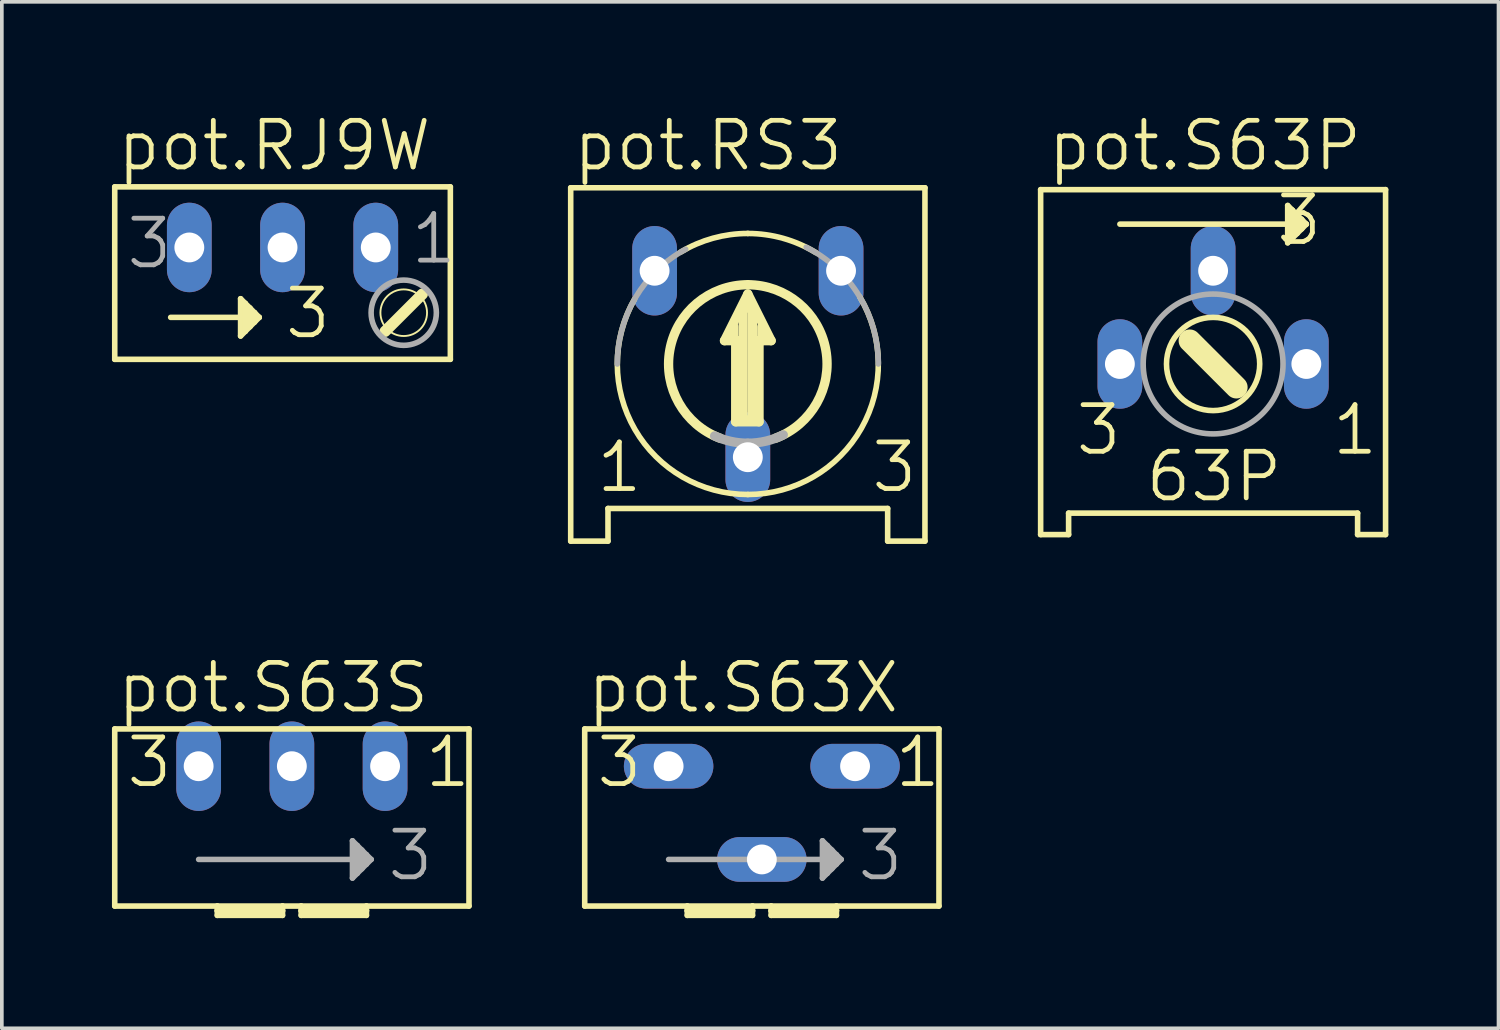
<source format=kicad_pcb>
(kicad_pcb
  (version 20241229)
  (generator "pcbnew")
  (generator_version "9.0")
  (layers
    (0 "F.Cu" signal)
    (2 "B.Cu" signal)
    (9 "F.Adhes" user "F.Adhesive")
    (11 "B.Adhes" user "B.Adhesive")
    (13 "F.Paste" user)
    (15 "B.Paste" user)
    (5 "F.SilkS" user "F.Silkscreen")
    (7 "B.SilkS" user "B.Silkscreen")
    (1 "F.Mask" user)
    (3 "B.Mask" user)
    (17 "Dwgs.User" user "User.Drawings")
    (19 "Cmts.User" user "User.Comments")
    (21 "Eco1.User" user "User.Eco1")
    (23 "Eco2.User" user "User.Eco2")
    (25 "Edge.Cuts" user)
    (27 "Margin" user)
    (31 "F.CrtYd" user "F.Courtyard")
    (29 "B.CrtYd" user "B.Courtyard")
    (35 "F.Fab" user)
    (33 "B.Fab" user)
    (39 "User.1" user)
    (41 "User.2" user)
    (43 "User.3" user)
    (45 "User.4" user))
  (footprint "pot.S63P"
    (layer "F.Cu")
    (at 30.002 6.867)
    (property "Reference" "pot.S63P" (at -4.572 -5.207 0) (layer "F.SilkS") (effects (font (size 1.27 1.27) (thickness 0.13)) (justify left bottom)))
    (attr through_hole)
    (fp_line (start -4.699 -4.75) (end -4.699 4.648) (stroke (width 0.152) (type default)) (layer "F.SilkS"))
    (fp_line (start -4.699 4.648) (end -3.937 4.648) (stroke (width 0.152) (type default)) (layer "F.SilkS"))
    (fp_line (start -3.937 4.064) (end -3.937 4.648) (stroke (width 0.152) (type default)) (layer "F.SilkS"))
    (fp_line (start 0.635 0.635) (end -0.635 -0.635) (stroke (width 0.61) (type default)) (layer "F.SilkS"))
    (fp_line (start 2.032 -4.318) (end 2.032 -3.302) (stroke (width 0.152) (type default)) (layer "F.SilkS"))
    (fp_line (start 2.032 -3.302) (end 2.159 -3.429) (stroke (width 0.152) (type default)) (layer "F.SilkS"))
    (fp_line (start 2.159 -4.191) (end 2.032 -4.318) (stroke (width 0.152) (type default)) (layer "F.SilkS"))
    (fp_line (start 2.159 -3.81) (end -2.54 -3.81) (stroke (width 0.152) (type default)) (layer "F.SilkS"))
    (fp_line (start 2.159 -3.81) (end 2.159 -4.191) (stroke (width 0.152) (type default)) (layer "F.SilkS"))
    (fp_line (start 2.159 -3.429) (end 2.159 -3.81) (stroke (width 0.152) (type default)) (layer "F.SilkS"))
    (fp_line (start 2.286 -4.064) (end 2.159 -4.191) (stroke (width 0.152) (type default)) (layer "F.SilkS"))
    (fp_line (start 2.286 -3.556) (end 2.159 -3.429) (stroke (width 0.152) (type default)) (layer "F.SilkS"))
    (fp_line (start 2.286 -3.556) (end 2.286 -4.064) (stroke (width 0.152) (type default)) (layer "F.SilkS"))
    (fp_line (start 2.413 -3.937) (end 2.286 -4.064) (stroke (width 0.152) (type default)) (layer "F.SilkS"))
    (fp_line (start 2.413 -3.683) (end 2.286 -3.556) (stroke (width 0.152) (type default)) (layer "F.SilkS"))
    (fp_line (start 2.413 -3.683) (end 2.413 -3.937) (stroke (width 0.152) (type default)) (layer "F.SilkS"))
    (fp_line (start 2.54 -3.81) (end 2.159 -3.81) (stroke (width 0.152) (type default)) (layer "F.SilkS"))
    (fp_line (start 2.54 -3.81) (end 2.413 -3.937) (stroke (width 0.152) (type default)) (layer "F.SilkS"))
    (fp_line (start 2.54 -3.81) (end 2.413 -3.683) (stroke (width 0.152) (type default)) (layer "F.SilkS"))
    (fp_line (start 3.937 4.064) (end -3.937 4.064) (stroke (width 0.152) (type default)) (layer "F.SilkS"))
    (fp_line (start 3.937 4.064) (end 3.937 4.648) (stroke (width 0.152) (type default)) (layer "F.SilkS"))
    (fp_line (start 4.699 -4.75) (end -4.699 -4.75) (stroke (width 0.152) (type default)) (layer "F.SilkS"))
    (fp_line (start 4.699 4.648) (end 3.937 4.648) (stroke (width 0.152) (type default)) (layer "F.SilkS"))
    (fp_line (start 4.699 4.648) (end 4.699 -4.75) (stroke (width 0.152) (type default)) (layer "F.SilkS"))
    (fp_circle (center 0 0) (end 1.27 0) (stroke (width 0.152) (type default)) (fill no) (layer "F.SilkS"))
    (fp_circle (center 0 0) (end 1.905 0) (stroke (width 0.152) (type default)) (fill no) (layer "F.Fab"))
    (fp_text user "3" (at -3.81 2.54 0) (layer "F.SilkS") (effects (font (size 1.27 1.27) (thickness 0.13)) (justify left bottom)))
    (fp_text user "63P" (at -1.905 3.81 0) (layer "F.SilkS") (effects (font (size 1.27 1.27) (thickness 0.13)) (justify left bottom)))
    (fp_text user "3 " (at 1.651 -3.175 0) (layer "F.SilkS") (effects (font (size 1.27 1.27) (thickness 0.13)) (justify left bottom)))
    (fp_text user "1" (at 3.175 2.54 0) (layer "F.SilkS") (effects (font (size 1.27 1.27) (thickness 0.13)) (justify left bottom)))
    (pad "A" thru_hole oval (at 2.54 0 90) (size 2.438 1.219) (drill 0.813) (layers "*.Cu" "*.Mask"))
    (pad "E" thru_hole oval (at -2.54 0 90) (size 2.438 1.219) (drill 0.813) (layers "*.Cu" "*.Mask"))
    (pad "S" thru_hole oval (at 0 -2.54 90) (size 2.438 1.219) (drill 0.813) (layers "*.Cu" "*.Mask")))
  (footprint "pot.S63S"
    (layer "F.Cu")
    (at 4.902 19.096)
    (property "Reference" "pot.S63S" (at -4.826 -2.667 0) (layer "F.SilkS") (effects (font (size 1.27 1.27) (thickness 0.13)) (justify left bottom)))
    (attr through_hole)
    (fp_line (start -4.826 2.54) (end -4.826 -2.286) (stroke (width 0.152) (type default)) (layer "F.SilkS"))
    (fp_line (start -4.826 2.54) (end -2.032 2.54) (stroke (width 0.152) (type default)) (layer "F.SilkS"))
    (fp_line (start -2.032 2.54) (end -2.032 2.667) (stroke (width 0.152) (type default)) (layer "F.SilkS"))
    (fp_line (start -2.032 2.54) (end -0.254 2.54) (stroke (width 0.152) (type default)) (layer "F.SilkS"))
    (fp_line (start -2.032 2.667) (end -2.032 2.794) (stroke (width 0.152) (type default)) (layer "F.SilkS"))
    (fp_line (start -0.254 2.54) (end 0.254 2.54) (stroke (width 0.152) (type default)) (layer "F.SilkS"))
    (fp_line (start -0.254 2.667) (end -2.032 2.667) (stroke (width 0.152) (type default)) (layer "F.SilkS"))
    (fp_line (start -0.254 2.667) (end -0.254 2.54) (stroke (width 0.152) (type default)) (layer "F.SilkS"))
    (fp_line (start -0.254 2.667) (end -0.254 2.794) (stroke (width 0.152) (type default)) (layer "F.SilkS"))
    (fp_line (start -0.254 2.794) (end -2.032 2.794) (stroke (width 0.152) (type default)) (layer "F.SilkS"))
    (fp_line (start 0.254 2.54) (end 2.032 2.54) (stroke (width 0.152) (type default)) (layer "F.SilkS"))
    (fp_line (start 0.254 2.667) (end 0.254 2.54) (stroke (width 0.152) (type default)) (layer "F.SilkS"))
    (fp_line (start 0.254 2.794) (end 0.254 2.667) (stroke (width 0.152) (type default)) (layer "F.SilkS"))
    (fp_line (start 2.032 2.54) (end 4.826 2.54) (stroke (width 0.152) (type default)) (layer "F.SilkS"))
    (fp_line (start 2.032 2.667) (end 0.254 2.667) (stroke (width 0.152) (type default)) (layer "F.SilkS"))
    (fp_line (start 2.032 2.667) (end 2.032 2.54) (stroke (width 0.152) (type default)) (layer "F.SilkS"))
    (fp_line (start 2.032 2.794) (end 0.254 2.794) (stroke (width 0.152) (type default)) (layer "F.SilkS"))
    (fp_line (start 2.032 2.794) (end 2.032 2.667) (stroke (width 0.152) (type default)) (layer "F.SilkS"))
    (fp_line (start 4.826 -2.286) (end -4.826 -2.286) (stroke (width 0.152) (type default)) (layer "F.SilkS"))
    (fp_line (start 4.826 -2.286) (end 4.826 2.54) (stroke (width 0.152) (type default)) (layer "F.SilkS"))
    (fp_line (start 1.651 0.762) (end 1.651 1.778) (stroke (width 0.152) (type default)) (layer "F.Fab"))
    (fp_line (start 1.651 1.778) (end 1.778 1.651) (stroke (width 0.152) (type default)) (layer "F.Fab"))
    (fp_line (start 1.778 0.889) (end 1.651 0.762) (stroke (width 0.152) (type default)) (layer "F.Fab"))
    (fp_line (start 1.778 1.27) (end -2.54 1.27) (stroke (width 0.152) (type default)) (layer "F.Fab"))
    (fp_line (start 1.778 1.27) (end 1.778 0.889) (stroke (width 0.152) (type default)) (layer "F.Fab"))
    (fp_line (start 1.778 1.651) (end 1.778 1.27) (stroke (width 0.152) (type default)) (layer "F.Fab"))
    (fp_line (start 1.905 1.016) (end 1.778 0.889) (stroke (width 0.152) (type default)) (layer "F.Fab"))
    (fp_line (start 1.905 1.524) (end 1.778 1.651) (stroke (width 0.152) (type default)) (layer "F.Fab"))
    (fp_line (start 1.905 1.524) (end 1.905 1.016) (stroke (width 0.152) (type default)) (layer "F.Fab"))
    (fp_line (start 2.032 1.143) (end 1.905 1.016) (stroke (width 0.152) (type default)) (layer "F.Fab"))
    (fp_line (start 2.032 1.397) (end 1.905 1.524) (stroke (width 0.152) (type default)) (layer "F.Fab"))
    (fp_line (start 2.032 1.397) (end 2.032 1.143) (stroke (width 0.152) (type default)) (layer "F.Fab"))
    (fp_line (start 2.159 1.27) (end 1.778 1.27) (stroke (width 0.152) (type default)) (layer "F.Fab"))
    (fp_line (start 2.159 1.27) (end 2.032 1.143) (stroke (width 0.152) (type default)) (layer "F.Fab"))
    (fp_line (start 2.159 1.27) (end 2.032 1.397) (stroke (width 0.152) (type default)) (layer "F.Fab"))
    (fp_text user "1" (at 3.556 -0.635 0) (layer "F.SilkS") (effects (font (size 1.27 1.27) (thickness 0.13)) (justify left bottom)))
    (fp_text user "3" (at -4.572 -0.635 0) (layer "F.SilkS") (effects (font (size 1.27 1.27) (thickness 0.13)) (justify left bottom)))
    (fp_text user "3" (at 2.54 1.905 0) (layer "F.Fab") (effects (font (size 1.27 1.27) (thickness 0.13)) (justify left bottom)))
    (pad "A" thru_hole oval (at 2.54 -1.27 90) (size 2.438 1.219) (drill 0.813) (layers "*.Cu" "*.Mask"))
    (pad "E" thru_hole oval (at -2.54 -1.27 90) (size 2.438 1.219) (drill 0.813) (layers "*.Cu" "*.Mask"))
    (pad "S" thru_hole oval (at 0 -1.27 90) (size 2.438 1.219) (drill 0.813) (layers "*.Cu" "*.Mask")))
  (footprint "pot.RS3"
    (layer "F.Cu")
    (at 17.325 6.867)
    (property "Reference" "pot.RS3" (at -4.826 -5.207 0) (layer "F.SilkS") (effects (font (size 1.27 1.27) (thickness 0.13)) (justify left bottom)))
    (attr through_hole)
    (fp_line (start -4.826 -4.801) (end -4.826 4.826) (stroke (width 0.152) (type default)) (layer "F.SilkS"))
    (fp_line (start -4.826 4.826) (end -3.81 4.826) (stroke (width 0.152) (type default)) (layer "F.SilkS"))
    (fp_line (start -3.81 3.937) (end -3.81 4.826) (stroke (width 0.152) (type default)) (layer "F.SilkS"))
    (fp_line (start -0.635 -0.635) (end -0.381 -0.635) (stroke (width 0.254) (type default)) (layer "F.SilkS"))
    (fp_line (start -0.381 -1.016) (end -0.381 -0.635) (stroke (width 0.254) (type default)) (layer "F.SilkS"))
    (fp_line (start -0.381 -0.635) (end -0.33 -0.635) (stroke (width 0.254) (type default)) (layer "F.SilkS"))
    (fp_line (start -0.33 -0.635) (end -0.33 1.575) (stroke (width 0.254) (type default)) (layer "F.SilkS"))
    (fp_line (start -0.33 -0.635) (end -0.254 -0.635) (stroke (width 0.254) (type default)) (layer "F.SilkS"))
    (fp_line (start -0.33 1.575) (end 0.305 1.575) (stroke (width 0.254) (type default)) (layer "F.SilkS"))
    (fp_line (start -0.127 -1.524) (end -0.127 1.524) (stroke (width 0.254) (type default)) (layer "F.SilkS"))
    (fp_line (start -0.127 -1.524) (end 0.127 -1.524) (stroke (width 0.254) (type default)) (layer "F.SilkS"))
    (fp_line (start 0 -1.905) (end -0.635 -0.635) (stroke (width 0.254) (type default)) (layer "F.SilkS"))
    (fp_line (start 0 1.524) (end -0.127 1.524) (stroke (width 0.254) (type default)) (layer "F.SilkS"))
    (fp_line (start 0.127 -1.524) (end 0.127 1.524) (stroke (width 0.254) (type default)) (layer "F.SilkS"))
    (fp_line (start 0.254 -0.635) (end 0.305 -0.635) (stroke (width 0.254) (type default)) (layer "F.SilkS"))
    (fp_line (start 0.305 -0.635) (end 0.381 -0.635) (stroke (width 0.254) (type default)) (layer "F.SilkS"))
    (fp_line (start 0.305 1.575) (end 0.305 -0.635) (stroke (width 0.254) (type default)) (layer "F.SilkS"))
    (fp_line (start 0.381 -1.016) (end 0.381 -0.635) (stroke (width 0.254) (type default)) (layer "F.SilkS"))
    (fp_line (start 0.381 -0.635) (end 0.635 -0.635) (stroke (width 0.254) (type default)) (layer "F.SilkS"))
    (fp_line (start 0.635 -0.635) (end 0 -1.905) (stroke (width 0.254) (type default)) (layer "F.SilkS"))
    (fp_line (start 3.81 3.937) (end -3.81 3.937) (stroke (width 0.152) (type default)) (layer "F.SilkS"))
    (fp_line (start 3.81 3.937) (end 3.81 4.826) (stroke (width 0.152) (type default)) (layer "F.SilkS"))
    (fp_line (start 4.826 -4.801) (end -4.826 -4.801) (stroke (width 0.152) (type default)) (layer "F.SilkS"))
    (fp_line (start 4.826 4.826) (end 3.81 4.826) (stroke (width 0.152) (type default)) (layer "F.SilkS"))
    (fp_line (start 4.826 4.826) (end 4.826 -4.801) (stroke (width 0.152) (type default)) (layer "F.SilkS"))
    (fp_arc (start -1.8295 -3.0492) (mid -0.949195 -3.426942) (end 0 -3.556) (stroke (width 0.1524) (type default)) (layer "F.SilkS"))
    (fp_arc (start -0.7581 2.0215) (mid -2.124341 -0.385244) (end 0 -2.159) (stroke (width 0.254) (type default)) (layer "F.SilkS"))
    (fp_arc (start 0 -3.556) (mid 0.963149 -3.423101) (end 1.8543 -3.0343) (stroke (width 0.1524) (type default)) (layer "F.SilkS"))
    (fp_arc (start 0 -2.159) (mid 2.124341 -0.385244) (end 0.7581 2.0215) (stroke (width 0.254) (type default)) (layer "F.SilkS"))
    (fp_arc (start 0 3.5559) (mid -3.075597 1.784785) (end -3.0875 -1.7643) (stroke (width 0.1524) (type default)) (layer "F.SilkS"))
    (fp_arc (start 3.0493 -1.8295) (mid 3.094424 1.752065) (end 0 3.556) (stroke (width 0.1524) (type default)) (layer "F.SilkS"))
    (fp_arc (start -3.556 0) (mid -3.055169 -1.819695) (end -1.6937 -3.1268) (stroke (width 0.1524) (type default)) (layer "F.Fab"))
    (fp_arc (start 0 2.159) (mid -0.463131 2.108739) (end -0.9047 1.9603) (stroke (width 0.254) (type default)) (layer "F.Fab"))
    (fp_arc (start 0.9655 1.9311) (mid 0.496017 2.101256) (end 0 2.159) (stroke (width 0.254) (type default)) (layer "F.Fab"))
    (fp_arc (start 1.5903 -3.1806) (mid 3.024922 -1.869508) (end 3.556 0) (stroke (width 0.1524) (type default)) (layer "F.Fab"))
    (fp_text user "1" (at -4.191 3.556 0) (layer "F.SilkS") (effects (font (size 1.27 1.27) (thickness 0.13)) (justify left bottom)))
    (fp_text user "3" (at 3.302 3.556 0) (layer "F.SilkS") (effects (font (size 1.27 1.27) (thickness 0.13)) (justify left bottom)))
    (pad "A" thru_hole oval (at -2.54 -2.54 90) (size 2.438 1.219) (drill 0.813) (layers "*.Cu" "*.Mask"))
    (pad "E" thru_hole oval (at 2.54 -2.54 90) (size 2.438 1.219) (drill 0.813) (layers "*.Cu" "*.Mask"))
    (pad "S" thru_hole oval (at 0 2.54 90) (size 2.438 1.219) (drill 0.813) (layers "*.Cu" "*.Mask")))
  (footprint "pot.RJ9W"
    (layer "F.Cu")
    (at 4.648 4.327)
    (property "Reference" "pot.RJ9W" (at -4.572 -2.667 0) (layer "F.SilkS") (effects (font (size 1.27 1.27) (thickness 0.13)) (justify left bottom)))
    (attr through_hole)
    (fp_line (start -4.572 2.413) (end -4.572 -2.286) (stroke (width 0.152) (type default)) (layer "F.SilkS"))
    (fp_line (start -4.572 2.413) (end 4.572 2.413) (stroke (width 0.152) (type default)) (layer "F.SilkS"))
    (fp_line (start -3.048 1.27) (end -1.016 1.27) (stroke (width 0.152) (type default)) (layer "F.SilkS"))
    (fp_line (start -1.143 0.762) (end -1.143 1.778) (stroke (width 0.152) (type default)) (layer "F.SilkS"))
    (fp_line (start -1.143 1.778) (end -1.016 1.651) (stroke (width 0.152) (type default)) (layer "F.SilkS"))
    (fp_line (start -1.016 0.889) (end -1.143 0.762) (stroke (width 0.152) (type default)) (layer "F.SilkS"))
    (fp_line (start -1.016 1.27) (end -1.016 0.889) (stroke (width 0.152) (type default)) (layer "F.SilkS"))
    (fp_line (start -1.016 1.651) (end -1.016 1.27) (stroke (width 0.152) (type default)) (layer "F.SilkS"))
    (fp_line (start -0.889 1.016) (end -1.016 0.889) (stroke (width 0.152) (type default)) (layer "F.SilkS"))
    (fp_line (start -0.889 1.524) (end -1.016 1.651) (stroke (width 0.152) (type default)) (layer "F.SilkS"))
    (fp_line (start -0.889 1.524) (end -0.889 1.016) (stroke (width 0.152) (type default)) (layer "F.SilkS"))
    (fp_line (start -0.762 1.143) (end -0.889 1.016) (stroke (width 0.152) (type default)) (layer "F.SilkS"))
    (fp_line (start -0.762 1.397) (end -0.889 1.524) (stroke (width 0.152) (type default)) (layer "F.SilkS"))
    (fp_line (start -0.762 1.397) (end -0.762 1.143) (stroke (width 0.152) (type default)) (layer "F.SilkS"))
    (fp_line (start -0.635 1.27) (end -1.016 1.27) (stroke (width 0.152) (type default)) (layer "F.SilkS"))
    (fp_line (start -0.635 1.27) (end -0.762 1.143) (stroke (width 0.152) (type default)) (layer "F.SilkS"))
    (fp_line (start -0.635 1.27) (end -0.762 1.397) (stroke (width 0.152) (type default)) (layer "F.SilkS"))
    (fp_line (start 3.81 0.635) (end 2.794 1.651) (stroke (width 0.305) (type default)) (layer "F.SilkS"))
    (fp_line (start 4.572 -2.286) (end -4.572 -2.286) (stroke (width 0.152) (type default)) (layer "F.SilkS"))
    (fp_line (start 4.572 -2.286) (end 4.572 2.413) (stroke (width 0.152) (type default)) (layer "F.SilkS"))
    (fp_circle (center 3.302 1.143) (end 3.937 1.143) (stroke (width 0.051) (type default)) (fill no) (layer "F.SilkS"))
    (fp_circle (center 3.302 1.143) (end 4.191 1.143) (stroke (width 0.152) (type default)) (fill no) (layer "F.Fab"))
    (fp_text user "3" (at 0 1.905 0) (layer "F.SilkS") (effects (font (size 1.27 1.27) (thickness 0.13)) (justify left bottom)))
    (fp_text user "1" (at 3.429 -0.127 0) (layer "F.Fab") (effects (font (size 1.27 1.27) (thickness 0.13)) (justify left bottom)))
    (fp_text user "3" (at -4.318 0 0) (layer "F.Fab") (effects (font (size 1.27 1.27) (thickness 0.13)) (justify left bottom)))
    (pad "A" thru_hole oval (at 2.54 -0.635 90) (size 2.438 1.219) (drill 0.813) (layers "*.Cu" "*.Mask"))
    (pad "E" thru_hole oval (at -2.54 -0.635 90) (size 2.438 1.219) (drill 0.813) (layers "*.Cu" "*.Mask"))
    (pad "S" thru_hole oval (at 0 -0.635 90) (size 2.438 1.219) (drill 0.813) (layers "*.Cu" "*.Mask")))
  (footprint "pot.S63X"
    (layer "F.Cu")
    (at 17.707 17.826)
    (property "Reference" "pot.S63X" (at -4.826 -1.397 0) (layer "F.SilkS") (effects (font (size 1.27 1.27) (thickness 0.13)) (justify left bottom)))
    (attr through_hole)
    (fp_line (start -4.826 3.81) (end -4.826 -1.016) (stroke (width 0.152) (type default)) (layer "F.SilkS"))
    (fp_line (start -4.826 3.81) (end -2.032 3.81) (stroke (width 0.152) (type default)) (layer "F.SilkS"))
    (fp_line (start -2.032 3.81) (end -2.032 3.937) (stroke (width 0.152) (type default)) (layer "F.SilkS"))
    (fp_line (start -2.032 3.81) (end -0.254 3.81) (stroke (width 0.152) (type default)) (layer "F.SilkS"))
    (fp_line (start -2.032 3.937) (end -2.032 4.064) (stroke (width 0.152) (type default)) (layer "F.SilkS"))
    (fp_line (start -2.032 3.937) (end -0.254 3.937) (stroke (width 0.152) (type default)) (layer "F.SilkS"))
    (fp_line (start -0.254 3.81) (end 0.254 3.81) (stroke (width 0.152) (type default)) (layer "F.SilkS"))
    (fp_line (start -0.254 3.937) (end -0.254 3.81) (stroke (width 0.152) (type default)) (layer "F.SilkS"))
    (fp_line (start -0.254 4.064) (end -2.032 4.064) (stroke (width 0.152) (type default)) (layer "F.SilkS"))
    (fp_line (start -0.254 4.064) (end -0.254 3.937) (stroke (width 0.152) (type default)) (layer "F.SilkS"))
    (fp_line (start 0.254 3.81) (end 2.032 3.81) (stroke (width 0.152) (type default)) (layer "F.SilkS"))
    (fp_line (start 0.254 3.937) (end 0.254 3.81) (stroke (width 0.152) (type default)) (layer "F.SilkS"))
    (fp_line (start 0.254 3.937) (end 2.032 3.937) (stroke (width 0.152) (type default)) (layer "F.SilkS"))
    (fp_line (start 0.254 4.064) (end 0.254 3.937) (stroke (width 0.152) (type default)) (layer "F.SilkS"))
    (fp_line (start 2.032 3.81) (end 4.826 3.81) (stroke (width 0.152) (type default)) (layer "F.SilkS"))
    (fp_line (start 2.032 3.937) (end 2.032 3.81) (stroke (width 0.152) (type default)) (layer "F.SilkS"))
    (fp_line (start 2.032 4.064) (end 0.254 4.064) (stroke (width 0.152) (type default)) (layer "F.SilkS"))
    (fp_line (start 2.032 4.064) (end 2.032 3.937) (stroke (width 0.152) (type default)) (layer "F.SilkS"))
    (fp_line (start 4.826 -1.016) (end -4.826 -1.016) (stroke (width 0.152) (type default)) (layer "F.SilkS"))
    (fp_line (start 4.826 -1.016) (end 4.826 3.81) (stroke (width 0.152) (type default)) (layer "F.SilkS"))
    (fp_line (start 1.651 2.032) (end 1.651 3.048) (stroke (width 0.152) (type default)) (layer "F.Fab"))
    (fp_line (start 1.651 3.048) (end 1.778 2.921) (stroke (width 0.152) (type default)) (layer "F.Fab"))
    (fp_line (start 1.778 2.159) (end 1.651 2.032) (stroke (width 0.152) (type default)) (layer "F.Fab"))
    (fp_line (start 1.778 2.54) (end -2.54 2.54) (stroke (width 0.152) (type default)) (layer "F.Fab"))
    (fp_line (start 1.778 2.54) (end 1.778 2.159) (stroke (width 0.152) (type default)) (layer "F.Fab"))
    (fp_line (start 1.778 2.921) (end 1.778 2.54) (stroke (width 0.152) (type default)) (layer "F.Fab"))
    (fp_line (start 1.905 2.286) (end 1.778 2.159) (stroke (width 0.152) (type default)) (layer "F.Fab"))
    (fp_line (start 1.905 2.794) (end 1.778 2.921) (stroke (width 0.152) (type default)) (layer "F.Fab"))
    (fp_line (start 1.905 2.794) (end 1.905 2.286) (stroke (width 0.152) (type default)) (layer "F.Fab"))
    (fp_line (start 2.032 2.413) (end 1.905 2.286) (stroke (width 0.152) (type default)) (layer "F.Fab"))
    (fp_line (start 2.032 2.667) (end 1.905 2.794) (stroke (width 0.152) (type default)) (layer "F.Fab"))
    (fp_line (start 2.032 2.667) (end 2.032 2.413) (stroke (width 0.152) (type default)) (layer "F.Fab"))
    (fp_line (start 2.159 2.54) (end 1.778 2.54) (stroke (width 0.152) (type default)) (layer "F.Fab"))
    (fp_line (start 2.159 2.54) (end 2.032 2.413) (stroke (width 0.152) (type default)) (layer "F.Fab"))
    (fp_line (start 2.159 2.54) (end 2.032 2.667) (stroke (width 0.152) (type default)) (layer "F.Fab"))
    (fp_text user "3" (at -4.572 0.635 0) (layer "F.SilkS") (effects (font (size 1.27 1.27) (thickness 0.13)) (justify left bottom)))
    (fp_text user "1" (at 3.556 0.635 0) (layer "F.SilkS") (effects (font (size 1.27 1.27) (thickness 0.13)) (justify left bottom)))
    (fp_text user "3" (at 2.54 3.175 0) (layer "F.Fab") (effects (font (size 1.27 1.27) (thickness 0.13)) (justify left bottom)))
    (pad "A" thru_hole oval (at 2.54 0) (size 2.438 1.219) (drill 0.813) (layers "*.Cu" "*.Mask"))
    (pad "E" thru_hole oval (at -2.54 0) (size 2.438 1.219) (drill 0.813) (layers "*.Cu" "*.Mask"))
    (pad "S" thru_hole oval (at 0 2.54) (size 2.438 1.219) (drill 0.813) (layers "*.Cu" "*.Mask")))
  (gr_rect
    (start -3 -3)
    (end 37.778 24.966)
    (stroke (width 0.1) (type default))
    (fill no)
    (layer "Edge.Cuts")))
</source>
